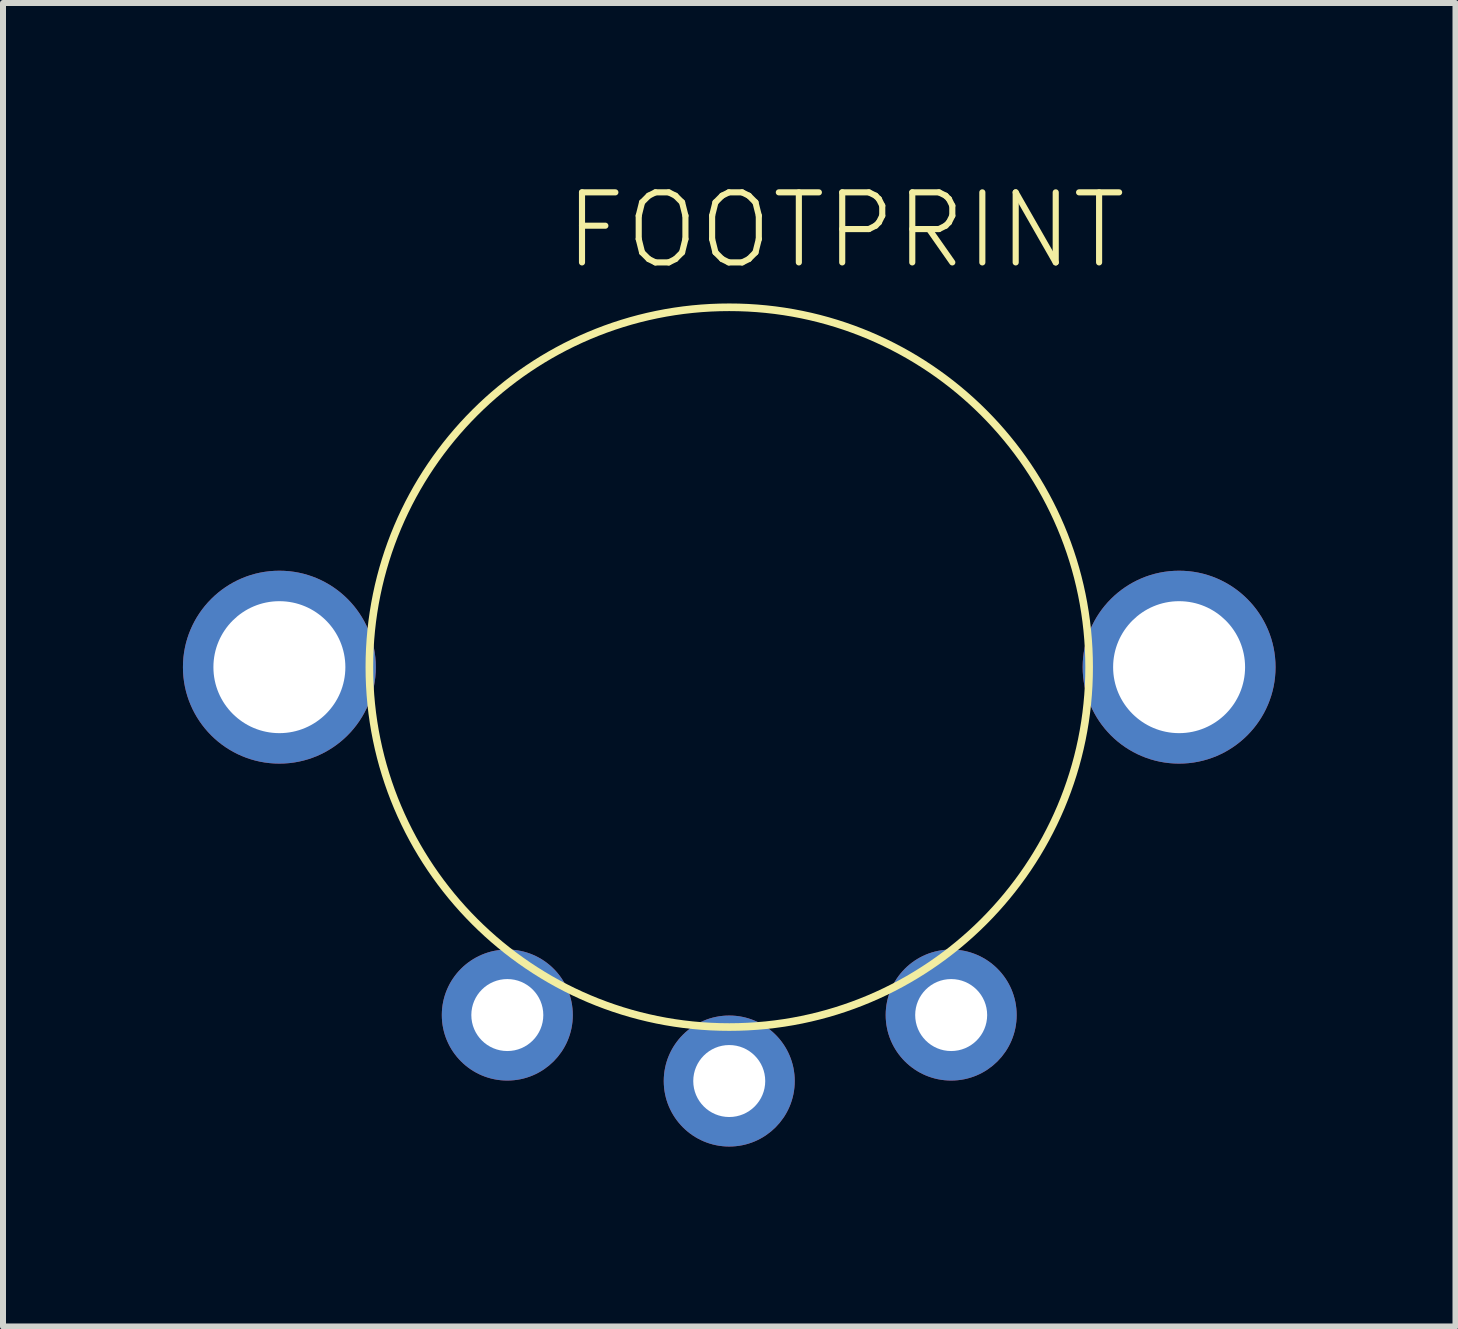
<source format=kicad_pcb>
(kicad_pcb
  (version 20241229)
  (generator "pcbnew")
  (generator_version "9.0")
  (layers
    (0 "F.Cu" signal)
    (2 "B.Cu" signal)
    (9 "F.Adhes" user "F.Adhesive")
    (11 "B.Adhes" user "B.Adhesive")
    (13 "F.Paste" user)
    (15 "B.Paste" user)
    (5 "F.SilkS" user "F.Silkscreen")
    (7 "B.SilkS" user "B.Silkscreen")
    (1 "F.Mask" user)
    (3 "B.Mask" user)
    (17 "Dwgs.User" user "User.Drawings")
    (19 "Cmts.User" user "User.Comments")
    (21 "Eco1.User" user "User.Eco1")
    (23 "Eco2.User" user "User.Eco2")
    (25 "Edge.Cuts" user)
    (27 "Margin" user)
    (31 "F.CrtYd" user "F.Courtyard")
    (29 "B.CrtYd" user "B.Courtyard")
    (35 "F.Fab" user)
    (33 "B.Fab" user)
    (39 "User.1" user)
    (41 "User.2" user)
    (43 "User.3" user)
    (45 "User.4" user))
  (footprint "FOOTPRINT"
    (layer "F.Cu")
    (at 9.108 8.073)
    (property "Reference" "FOOTPRINT" (at -2.8 -6.6 0) (layer "F.SilkS") (effects (font (size 1.168 1.168) (thickness 0.102)) (justify left bottom)))
    (fp_circle (center 0 0) (end 6 0) (stroke (width 0.127) (type solid)) (fill no) (layer "F.SilkS"))
    (pad "1" thru_hole circle (at -3.7 5.8) (size 2.184 2.184) (drill 1.2) (layers "*.Cu" "*.Mask"))
    (pad "2" thru_hole circle (at 0 6.9) (size 2.184 2.184) (drill 1.2) (layers "*.Cu" "*.Mask"))
    (pad "3" thru_hole circle (at 3.7 5.8) (size 2.184 2.184) (drill 1.2) (layers "*.Cu" "*.Mask"))
    (pad "SW1" thru_hole circle (at -7.5 0) (size 3.216 3.216) (drill 2.2) (layers "*.Cu" "*.Mask"))
    (pad "SW2" thru_hole circle (at 7.5 0) (size 3.216 3.216) (drill 2.2) (layers "*.Cu" "*.Mask")))
  (gr_rect
    (start -3 -3)
    (end 21.216 19.065)
    (stroke (width 0.1) (type default))
    (fill no)
    (layer "Edge.Cuts")))
</source>
